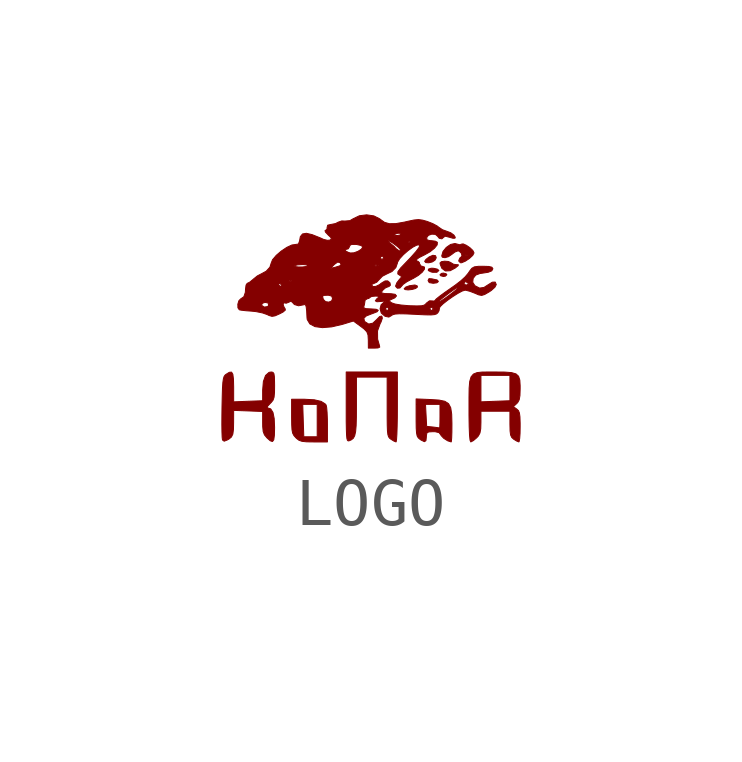
<source format=kicad_sym>
(kicad_symbol_lib
  (version 20220914)
  (generator "bitmap2component")
  (generator_version "8.0")
  (symbol "LOGO"
    (pin_names
      (offset 1.016))
    (property "Reference" "#G"
      (at 0 3.349 0)
      (effects (font (size 1.27 1.27)) hide))
    (symbol "LOGO_0_0"
      (polyline (pts (xy -2.08 -2.232) (xy -2.067 -2.137) (xy -2.063 -1.977) (xy -2.071 -1.79) (xy -2.097 -1.661) (xy -2.144 -1.588) (xy -2.213 -1.565) (xy -2.219 -1.564) (xy -2.209 -1.534) (xy -2.158 -1.478) (xy -2.134 -1.455) (xy -2.095 -1.406) (xy -2.074 -1.344) (xy -2.065 -1.25) (xy -2.063 -1.105) (xy -2.064 -1.034) (xy -2.067 -0.918) (xy -2.077 -0.853) (xy -2.098 -0.825) (xy -2.132 -0.818) (xy -2.179 -0.826) (xy -2.252 -0.891) (xy -2.297 -1.016) (xy -2.312 -1.197) (xy -2.312 -1.418) (xy -2.615 -1.429) (xy -2.917 -1.441) (xy -2.917 -1.129) (xy -2.917 -1.129) (xy -2.921 -0.965) (xy -2.934 -0.865) (xy -2.961 -0.821) (xy -3.008 -0.825) (xy -3.079 -0.869) (xy -3.095 -0.882) (xy -3.116 -0.911) (xy -3.131 -0.96) (xy -3.142 -1.037) (xy -3.15 -1.154) (xy -3.155 -1.321) (xy -3.16 -1.548) (xy -3.162 -1.724) (xy -3.163 -1.913) (xy -3.161 -2.068) (xy -3.157 -2.178) (xy -3.151 -2.229) (xy -3.146 -2.24) (xy -3.115 -2.262) (xy -3.051 -2.237) (xy -3.016 -2.218) (xy -2.964 -2.175) (xy -2.934 -2.114) (xy -2.921 -2.017) (xy -2.918 -1.868) (xy -2.917 -1.619) (xy -2.615 -1.63) (xy -2.312 -1.642) (xy -2.312 -1.872) (xy -2.311 -1.956) (xy -2.301 -2.06) (xy -2.274 -2.13) (xy -2.225 -2.189) (xy -2.224 -2.191) (xy -2.154 -2.253) (xy -2.107 -2.269) (xy -2.08 -2.232)) (stroke (width 0.01) (type default)) (fill (type outline)))
      (polyline (pts (xy -0.961 -1.912) (xy -0.962 -1.804) (xy -0.968 -1.663) (xy -0.977 -1.559) (xy -0.988 -1.508) (xy -1.003 -1.488) (xy -1.092 -1.431) (xy -1.235 -1.398) (xy -1.438 -1.387) (xy -1.708 -1.387) (xy -1.708 -1.494) (xy -1.476 -1.494) (xy -1.325 -1.494) (xy -1.174 -1.494) (xy -1.174 -1.832) (xy -1.174 -2.17) (xy -1.314 -2.17) (xy -1.454 -2.17) (xy -1.465 -1.832) (xy -1.476 -1.494) (xy -1.708 -1.494) (xy -1.708 -1.745) (xy -1.708 -1.751) (xy -1.706 -1.914) (xy -1.7 -2.023) (xy -1.686 -2.094) (xy -1.66 -2.144) (xy -1.62 -2.189) (xy -1.605 -2.204) (xy -1.554 -2.243) (xy -1.49 -2.265) (xy -1.394 -2.275) (xy -1.247 -2.277) (xy -0.961 -2.277) (xy -0.961 -1.912)) (stroke (width 0.01) (type default)) (fill (type outline)))
      (polyline (pts (xy 0.473 -2.274) (xy 0.481 -2.224) (xy 0.488 -2.115) (xy 0.493 -1.959) (xy 0.497 -1.766) (xy 0.498 -1.547) (xy 0.498 -0.818) (xy -0.036 -0.818) (xy -0.569 -0.818) (xy -0.569 -1.546) (xy -0.569 -1.623) (xy -0.569 -1.849) (xy -0.566 -2.016) (xy -0.562 -2.131) (xy -0.555 -2.204) (xy -0.544 -2.242) (xy -0.528 -2.256) (xy -0.507 -2.253) (xy -0.463 -2.234) (xy -0.421 -2.201) (xy -0.392 -2.147) (xy -0.373 -2.062) (xy -0.362 -1.937) (xy -0.357 -1.76) (xy -0.356 -1.523) (xy -0.356 -0.925) (xy -0.036 -0.925) (xy 0.285 -0.925) (xy 0.285 -1.545) (xy 0.285 -1.768) (xy 0.287 -1.932) (xy 0.291 -2.046) (xy 0.3 -2.122) (xy 0.314 -2.169) (xy 0.335 -2.199) (xy 0.364 -2.221) (xy 0.423 -2.258) (xy 0.47 -2.277) (xy 0.473 -2.274)) (stroke (width 0.01) (type default)) (fill (type outline)))
      (polyline (pts (xy 1.625 -2.262) (xy 1.631 -2.191) (xy 1.635 -2.073) (xy 1.636 -1.925) (xy 1.636 -1.887) (xy 1.631 -1.697) (xy 1.611 -1.564) (xy 1.566 -1.479) (xy 1.488 -1.429) (xy 1.367 -1.404) (xy 1.195 -1.393) (xy 0.889 -1.38) (xy 0.889 -1.494) (xy 1.085 -1.494) (xy 1.236 -1.494) (xy 1.387 -1.494) (xy 1.387 -1.743) (xy 1.387 -1.754) (xy 1.386 -1.873) (xy 1.383 -1.957) (xy 1.379 -1.986) (xy 1.375 -1.985) (xy 1.326 -1.977) (xy 1.239 -1.966) (xy 1.109 -1.953) (xy 1.097 -1.723) (xy 1.085 -1.494) (xy 0.889 -1.494) (xy 0.889 -1.773) (xy 0.889 -1.834) (xy 0.891 -1.988) (xy 0.898 -2.09) (xy 0.911 -2.153) (xy 0.934 -2.192) (xy 0.968 -2.221) (xy 0.992 -2.238) (xy 1.062 -2.272) (xy 1.094 -2.251) (xy 1.103 -2.17) (xy 1.103 -2.15) (xy 1.113 -2.091) (xy 1.152 -2.068) (xy 1.243 -2.063) (xy 1.287 -2.064) (xy 1.367 -2.083) (xy 1.403 -2.129) (xy 1.41 -2.143) (xy 1.466 -2.202) (xy 1.548 -2.254) (xy 1.62 -2.277) (xy 1.625 -2.262)) (stroke (width 0.01) (type default)) (fill (type outline)))
      (polyline (pts (xy 3.038 -2.269) (xy 3.049 -2.208) (xy 3.057 -2.099) (xy 3.059 -1.959) (xy 3.059 -1.886) (xy 3.055 -1.755) (xy 3.044 -1.673) (xy 3.023 -1.623) (xy 2.988 -1.591) (xy 2.917 -1.541) (xy 2.988 -1.476) (xy 3.008 -1.456) (xy 3.039 -1.399) (xy 3.055 -1.31) (xy 3.059 -1.171) (xy 3.059 -1.105) (xy 3.052 -0.987) (xy 3.026 -0.907) (xy 2.973 -0.858) (xy 2.88 -0.831) (xy 2.738 -0.82) (xy 2.535 -0.818) (xy 2.418 -0.818) (xy 2.27 -0.819) (xy 2.16 -0.831) (xy 2.084 -0.862) (xy 2.035 -0.921) (xy 2.007 -1.016) (xy 1.995 -1.156) (xy 1.992 -1.35) (xy 1.992 -1.441) (xy 2.241 -1.441) (xy 2.241 -1.165) (xy 2.241 -0.889) (xy 2.543 -0.889) (xy 2.846 -0.889) (xy 2.846 -1.153) (xy 2.846 -1.418) (xy 2.543 -1.429) (xy 2.241 -1.441) (xy 1.992 -1.441) (xy 1.992 -1.606) (xy 1.992 -1.718) (xy 1.996 -1.961) (xy 2.003 -2.136) (xy 2.014 -2.241) (xy 2.029 -2.277) (xy 2.033 -2.276) (xy 2.085 -2.248) (xy 2.154 -2.189) (xy 2.187 -2.153) (xy 2.221 -2.09) (xy 2.237 -2.003) (xy 2.241 -1.869) (xy 2.241 -1.636) (xy 2.543 -1.636) (xy 2.846 -1.636) (xy 2.846 -1.901) (xy 2.846 -1.911) (xy 2.849 -2.048) (xy 2.86 -2.132) (xy 2.884 -2.184) (xy 2.925 -2.221) (xy 2.985 -2.258) (xy 3.032 -2.277) (xy 3.038 -2.269)) (stroke (width 0.01) (type default)) (fill (type outline)))
      (polyline (pts (xy 0.094 -0.317) (xy 0.13 -0.299) (xy 0.122 -0.258) (xy 0.086 -0.134) (xy 0.084 0.039) (xy 0.14 0.192) (xy 0.157 0.222) (xy 0.185 0.305) (xy 0.173 0.348) (xy 0.129 0.34) (xy 0.063 0.272) (xy -0.014 0.2) (xy -0.1 0.182) (xy -0.177 0.23) (xy -0.189 0.246) (xy -0.201 0.303) (xy -0.15 0.351) (xy -0.034 0.396) (xy -0.021 0.4) (xy 0.075 0.438) (xy 0.1 0.469) (xy 0.056 0.49) (xy -0.057 0.498) (xy -0.063 0.498) (xy -0.16 0.503) (xy -0.201 0.52) (xy -0.2 0.554) (xy -0.19 0.583) (xy -0.178 0.661) (xy -0.172 0.684) (xy -0.124 0.712) (xy -0.1 0.715) (xy -0.071 0.738) (xy -0.071 0.739) (xy -0.039 0.757) (xy 0.036 0.765) (xy 0.083 0.764) (xy 0.115 0.753) (xy 0.09 0.725) (xy 0.069 0.709) (xy 0.038 0.666) (xy 0.072 0.647) (xy 0.169 0.654) (xy 0.236 0.663) (xy 0.26 0.66) (xy 0.222 0.641) (xy 0.159 0.585) (xy 0.137 0.499) (xy 0.138 0.498) (xy 0.249 0.498) (xy 0.25 0.507) (xy 0.285 0.534) (xy 0.293 0.533) (xy 0.32 0.498) (xy 1.174 0.498) (xy 1.175 0.507) (xy 1.21 0.534) (xy 1.218 0.533) (xy 1.245 0.498) (xy 1.244 0.49) (xy 1.21 0.463) (xy 1.201 0.464) (xy 1.174 0.498) (xy 0.32 0.498) (xy 0.319 0.49) (xy 0.31 0.482) (xy 0.559 0.482) (xy 0.597 0.489) (xy 0.617 0.49) (xy 0.755 0.494) (xy 0.881 0.488) (xy 0.903 0.485) (xy 0.902 0.48) (xy 0.842 0.476) (xy 0.729 0.475) (xy 0.67 0.475) (xy 0.586 0.478) (xy 0.559 0.482) (xy 0.31 0.482) (xy 0.285 0.463) (xy 0.276 0.464) (xy 0.249 0.498) (xy 0.138 0.498) (xy 0.162 0.412) (xy 0.233 0.349) (xy 0.248 0.342) (xy 0.32 0.327) (xy 0.374 0.358) (xy 0.398 0.375) (xy 0.45 0.39) (xy 0.537 0.396) (xy 0.67 0.394) (xy 0.862 0.385) (xy 0.912 0.382) (xy 1.083 0.374) (xy 1.199 0.372) (xy 1.273 0.379) (xy 1.317 0.394) (xy 1.343 0.418) (xy 1.367 0.459) (xy 1.376 0.514) (xy 1.39 0.544) (xy 1.451 0.603) (xy 1.543 0.676) (xy 1.651 0.752) (xy 1.759 0.821) (xy 1.85 0.87) (xy 1.909 0.888) (xy 1.927 0.887) (xy 2.013 0.864) (xy 2.117 0.824) (xy 2.193 0.791) (xy 2.256 0.779) (xy 2.318 0.798) (xy 2.41 0.851) (xy 2.457 0.882) (xy 2.532 0.949) (xy 2.561 1.005) (xy 2.561 1.006) (xy 2.539 1.058) (xy 2.478 1.055) (xy 2.383 0.996) (xy 2.306 0.946) (xy 2.213 0.932) (xy 2.119 0.98) (xy 2.116 0.981) (xy 2.07 1.053) (xy 2.079 1.134) (xy 2.133 1.203) (xy 2.224 1.237) (xy 2.259 1.241) (xy 2.393 1.262) (xy 2.467 1.292) (xy 2.49 1.335) (xy 2.49 1.338) (xy 2.469 1.368) (xy 2.404 1.383) (xy 2.281 1.387) (xy 2.188 1.386) (xy 2.104 1.375) (xy 2.051 1.345) (xy 2.008 1.29) (xy 1.977 1.243) (xy 1.911 1.165) (xy 1.825 1.086) (xy 1.755 1.032) (xy 1.885 1.032) (xy 1.886 1.04) (xy 1.919 1.067) (xy 1.929 1.066) (xy 1.974 1.032) (xy 1.978 1.013) (xy 1.941 0.996) (xy 1.914 1) (xy 1.885 1.032) (xy 1.755 1.032) (xy 1.704 0.993) (xy 1.536 0.875) (xy 1.487 0.841) (xy 1.381 0.763) (xy 1.308 0.704) (xy 1.281 0.673) (xy 1.268 0.661) (xy 1.212 0.665) (xy 1.167 0.666) (xy 1.142 0.647) (xy 1.353 0.647) (xy 1.375 0.672) (xy 1.437 0.722) (xy 1.547 0.806) (xy 1.589 0.837) (xy 1.698 0.915) (xy 1.759 0.951) (xy 1.779 0.949) (xy 1.779 0.949) (xy 1.751 0.92) (xy 1.682 0.862) (xy 1.585 0.787) (xy 1.584 0.786) (xy 1.483 0.713) (xy 1.404 0.66) (xy 1.364 0.64) (xy 1.361 0.64) (xy 1.353 0.647) (xy 1.142 0.647) (xy 1.102 0.617) (xy 1.093 0.604) (xy 1.06 0.577) (xy 1.002 0.563) (xy 0.905 0.56) (xy 0.753 0.564) (xy 0.733 0.565) (xy 0.573 0.579) (xy 0.448 0.6) (xy 0.377 0.625) (xy 0.336 0.657) (xy 0.34 0.681) (xy 0.405 0.71) (xy 0.444 0.728) (xy 0.48 0.769) (xy 0.452 0.802) (xy 0.363 0.815) (xy 0.352 0.815) (xy 0.234 0.818) (xy 0.177 0.829) (xy 0.169 0.853) (xy 0.201 0.895) (xy 0.249 0.936) (xy 0.308 0.961) (xy 0.32 0.962) (xy 0.353 0.992) (xy 0.344 1.042) (xy 0.297 1.082) (xy 0.241 1.081) (xy 0.161 1.033) (xy 0.127 1.005) (xy 0.051 0.968) (xy -0.01 0.963) (xy -0.036 0.996) (xy -0.03 1.012) (xy 0.017 1.032) (xy 0.068 1.055) (xy 0.126 1.117) (xy 0.185 1.179) (xy 0.278 1.227) (xy 0.385 1.277) (xy 0.466 1.359) (xy 0.498 1.45) (xy 0.502 1.472) (xy 0.546 1.544) (xy 0.624 1.629) (xy 0.721 1.714) (xy 0.82 1.785) (xy 0.905 1.829) (xy 0.96 1.833) (xy 0.965 1.827) (xy 0.952 1.783) (xy 0.89 1.699) (xy 0.778 1.572) (xy 0.614 1.401) (xy 0.565 1.35) (xy 0.51 1.275) (xy 0.507 1.227) (xy 0.552 1.196) (xy 0.574 1.186) (xy 0.58 1.157) (xy 0.534 1.104) (xy 0.486 1.041) (xy 0.462 0.978) (xy 0.464 0.964) (xy 0.498 0.929) (xy 0.551 0.934) (xy 0.592 0.979) (xy 0.619 1.01) (xy 0.696 1.064) (xy 0.802 1.12) (xy 0.826 1.131) (xy 0.935 1.196) (xy 1.017 1.264) (xy 1.062 1.326) (xy 1.064 1.37) (xy 1.014 1.387) (xy 0.989 1.394) (xy 0.961 1.441) (xy 0.957 1.465) (xy 0.925 1.494) (xy 0.895 1.499) (xy 0.894 1.524) (xy 0.948 1.566) (xy 1.051 1.618) (xy 1.06 1.622) (xy 1.178 1.688) (xy 1.272 1.763) (xy 1.328 1.833) (xy 1.333 1.887) (xy 1.288 1.911) (xy 1.205 1.921) (xy 1.175 1.922) (xy 1.117 1.938) (xy 1.109 1.983) (xy 1.145 2.032) (xy 1.216 2.057) (xy 1.291 2.052) (xy 1.338 2.012) (xy 1.371 1.971) (xy 1.426 1.959) (xy 1.465 1.994) (xy 1.498 2.014) (xy 1.58 1.993) (xy 1.581 1.993) (xy 1.658 1.971) (xy 1.7 1.973) (xy 1.706 1.992) (xy 1.677 2.038) (xy 1.611 2.086) (xy 1.526 2.118) (xy 1.439 2.149) (xy 1.359 2.203) (xy 1.329 2.227) (xy 1.236 2.277) (xy 1.121 2.322) (xy 1.026 2.349) (xy 0.939 2.361) (xy 0.844 2.352) (xy 0.711 2.324) (xy 0.648 2.309) (xy 0.466 2.277) (xy 0.331 2.275) (xy 0.229 2.304) (xy 0.145 2.364) (xy 0.131 2.376) (xy 0.008 2.438) (xy -0.143 2.46) (xy -0.294 2.441) (xy -0.42 2.381) (xy -0.491 2.339) (xy -0.598 2.33) (xy -0.661 2.333) (xy -0.736 2.307) (xy -0.792 2.278) (xy -0.884 2.26) (xy -0.888 2.26) (xy -0.956 2.244) (xy -0.968 2.196) (xy -0.97 2.163) (xy -1.003 2.133) (xy -1.011 2.131) (xy -1.002 2.1) (xy -0.949 2.044) (xy -0.947 2.041) (xy 0.427 2.041) (xy 0.441 2.053) (xy 0.498 2.074) (xy 0.541 2.078) (xy 0.569 2.06) (xy 0.556 2.041) (xy 0.498 2.028) (xy 0.457 2.03) (xy 0.427 2.041) (xy -0.947 2.041) (xy -0.894 1.992) (xy -0.877 1.956) (xy -0.907 1.934) (xy -0.959 1.928) (xy -1.043 1.948) (xy -1.109 1.979) (xy -1.28 2.047) (xy -1.401 2.075) (xy -1.481 2.061) (xy -1.526 2.005) (xy -1.544 1.907) (xy -1.546 1.905) (xy 0.305 1.905) (xy 0.307 1.921) (xy 0.326 1.916) (xy 0.338 1.909) (xy 0.723 1.909) (xy 0.729 1.913) (xy 0.771 1.909) (xy 0.776 1.899) (xy 0.747 1.885) (xy 0.728 1.888) (xy 0.723 1.909) (xy 0.338 1.909) (xy 0.394 1.877) (xy 0.48 1.814) (xy 0.526 1.776) (xy 0.569 1.726) (xy 0.558 1.708) (xy 0.531 1.712) (xy 0.473 1.754) (xy 0.43 1.802) (xy 0.357 1.861) (xy 0.351 1.865) (xy 0.305 1.905) (xy -1.546 1.905) (xy -1.566 1.851) (xy -1.631 1.841) (xy -1.702 1.831) (xy -1.809 1.781) (xy -1.883 1.731) (xy -0.594 1.731) (xy -0.559 1.743) (xy -0.527 1.751) (xy -0.498 1.799) (xy -0.495 1.819) (xy -0.458 1.843) (xy -0.367 1.843) (xy -0.348 1.841) (xy -0.265 1.822) (xy -0.225 1.796) (xy -0.224 1.787) (xy -0.254 1.743) (xy -0.323 1.699) (xy -0.407 1.668) (xy -0.48 1.664) (xy -0.521 1.675) (xy -0.577 1.704) (xy -0.594 1.731) (xy -1.883 1.731) (xy -1.924 1.704) (xy -2.029 1.614) (xy -2.07 1.565) (xy 0.142 1.565) (xy 0.143 1.574) (xy 0.178 1.601) (xy 0.186 1.6) (xy 0.213 1.565) (xy 0.212 1.557) (xy 0.178 1.53) (xy 0.169 1.531) (xy 0.142 1.565) (xy -2.07 1.565) (xy -2.105 1.525) (xy -2.135 1.45) (xy -2.152 1.396) (xy -1.649 1.396) (xy -1.641 1.402) (xy -1.581 1.417) (xy -1.486 1.423) (xy -1.448 1.422) (xy -1.381 1.413) (xy -1.366 1.397) (xy -1.409 1.381) (xy -1.485 1.372) (xy -1.567 1.372) (xy -1.63 1.38) (xy -1.649 1.396) (xy -2.152 1.396) (xy -2.161 1.368) (xy -2.185 1.342) (xy -0.9 1.342) (xy -0.82 1.421) (xy -0.813 1.428) (xy -0.747 1.475) (xy -0.701 1.463) (xy -0.685 1.443) (xy -0.678 1.409) (xy -0.707 1.396) (xy 0.015 1.396) (xy 0.029 1.412) (xy 0.049 1.417) (xy 0.097 1.409) (xy 0.097 1.397) (xy 0.05 1.39) (xy 0.015 1.396) (xy -0.707 1.396) (xy -0.719 1.391) (xy -0.797 1.367) (xy -0.9 1.342) (xy -2.185 1.342) (xy -2.237 1.285) (xy -2.34 1.229) (xy -2.34 1.229) (xy -2.423 1.186) (xy -2.507 1.118) (xy -2.514 1.111) (xy -2.539 1.091) (xy -1.767 1.091) (xy -1.762 1.095) (xy -1.72 1.091) (xy -1.714 1.08) (xy -1.743 1.067) (xy -1.762 1.07) (xy -1.767 1.091) (xy -2.539 1.091) (xy -2.583 1.055) (xy -2.631 1.032) (xy -2.634 1.031) (xy -2.648 1.01) (xy -1.98 1.01) (xy -1.959 1.032) (xy -1.948 1.03) (xy -1.921 0.996) (xy -1.921 0.988) (xy -1.937 0.961) (xy -1.942 0.962) (xy -1.974 0.996) (xy -1.98 1.01) (xy -2.648 1.01) (xy -2.658 0.995) (xy -2.669 0.916) (xy -2.673 0.843) (xy -2.702 0.758) (xy -1.063 0.758) (xy -1.04 0.779) (xy -0.961 0.783) (xy -0.933 0.782) (xy -0.871 0.764) (xy -0.854 0.712) (xy -0.874 0.664) (xy -0.932 0.639) (xy -1 0.649) (xy -1.046 0.697) (xy -1.048 0.704) (xy -1.063 0.758) (xy -2.702 0.758) (xy -2.704 0.752) (xy -2.771 0.706) (xy -2.808 0.668) (xy -2.83 0.595) (xy -2.829 0.579) (xy -2.334 0.579) (xy -2.316 0.615) (xy -2.263 0.634) (xy -2.207 0.623) (xy -2.194 0.612) (xy -2.189 0.567) (xy -2.212 0.546) (xy -2.277 0.536) (xy -2.33 0.57) (xy -2.334 0.579) (xy -2.829 0.579) (xy -2.828 0.521) (xy -2.799 0.479) (xy -2.759 0.471) (xy -2.664 0.46) (xy -2.543 0.451) (xy -2.449 0.441) (xy -2.316 0.414) (xy -2.218 0.38) (xy -2.18 0.361) (xy -2.117 0.342) (xy -2.053 0.353) (xy -1.956 0.396) (xy -1.887 0.432) (xy -1.838 0.474) (xy -1.846 0.508) (xy -1.861 0.526) (xy -1.883 0.58) (xy -1.879 0.621) (xy -1.848 0.622) (xy -1.822 0.616) (xy -1.762 0.639) (xy -1.72 0.66) (xy -1.681 0.623) (xy -1.65 0.589) (xy -1.563 0.563) (xy -1.459 0.583) (xy -1.44 0.589) (xy -1.418 0.582) (xy -1.404 0.542) (xy -1.394 0.456) (xy -1.387 0.312) (xy -1.382 0.276) (xy -1.328 0.185) (xy -1.22 0.128) (xy -1.066 0.107) (xy -0.872 0.123) (xy -0.645 0.176) (xy -0.419 0.245) (xy -0.264 0.131) (xy -0.198 0.081) (xy -0.139 0.02) (xy -0.114 -0.049) (xy -0.108 -0.151) (xy -0.107 -0.32) (xy 0.022 -0.32) (xy 0.094 -0.317)) (stroke (width 0.01) (type default)) (fill (type outline)))
      (polyline (pts (xy 0.805 0.903) (xy 0.879 0.924) (xy 0.916 0.953) (xy 0.913 0.977) (xy 0.866 0.996) (xy 0.85 0.995) (xy 0.75 0.981) (xy 0.672 0.953) (xy 0.64 0.918) (xy 0.659 0.901) (xy 0.723 0.894) (xy 0.805 0.903)) (stroke (width 0.01) (type default)) (fill (type outline)))
      (polyline (pts (xy 1.321 1.042) (xy 1.352 1.067) (xy 1.351 1.075) (xy 1.325 1.103) (xy 1.292 1.108) (xy 1.218 1.125) (xy 1.157 1.129) (xy 1.138 1.089) (xy 1.163 1.046) (xy 1.245 1.032) (xy 1.246 1.032) (xy 1.321 1.042)) (stroke (width 0.01) (type default)) (fill (type outline)))
      (polyline (pts (xy 1.5 1.181) (xy 1.53 1.21) (xy 1.516 1.23) (xy 1.458 1.245) (xy 1.417 1.238) (xy 1.387 1.21) (xy 1.401 1.189) (xy 1.458 1.174) (xy 1.5 1.181)) (stroke (width 0.01) (type default)) (fill (type outline)))
      (polyline (pts (xy 1.323 1.262) (xy 1.363 1.298) (xy 1.363 1.302) (xy 1.33 1.328) (xy 1.254 1.345) (xy 1.202 1.346) (xy 1.147 1.328) (xy 1.143 1.298) (xy 1.201 1.269) (xy 1.236 1.261) (xy 1.323 1.262)) (stroke (width 0.01) (type default)) (fill (type outline)))
      (polyline (pts (xy 1.599 1.294) (xy 1.708 1.352) (xy 1.711 1.355) (xy 1.767 1.401) (xy 1.769 1.419) (xy 1.718 1.422) (xy 1.668 1.43) (xy 1.619 1.459) (xy 1.614 1.464) (xy 1.561 1.487) (xy 1.485 1.493) (xy 1.417 1.483) (xy 1.387 1.456) (xy 1.394 1.422) (xy 1.424 1.349) (xy 1.431 1.339) (xy 1.501 1.289) (xy 1.599 1.294)) (stroke (width 0.01) (type default)) (fill (type outline)))
      (polyline (pts (xy 1.226 1.477) (xy 1.282 1.513) (xy 1.309 1.564) (xy 1.295 1.607) (xy 1.24 1.616) (xy 1.16 1.582) (xy 1.159 1.581) (xy 1.094 1.53) (xy 1.067 1.49) (xy 1.091 1.464) (xy 1.153 1.46) (xy 1.226 1.477)) (stroke (width 0.01) (type default)) (fill (type outline)))
      (polyline (pts (xy 1.839 1.461) (xy 1.917 1.494) (xy 2.002 1.551) (xy 2.07 1.614) (xy 2.097 1.666) (xy 2.073 1.715) (xy 2.013 1.773) (xy 1.938 1.824) (xy 1.87 1.854) (xy 1.831 1.848) (xy 1.808 1.834) (xy 1.741 1.851) (xy 1.699 1.862) (xy 1.608 1.842) (xy 1.519 1.781) (xy 1.45 1.696) (xy 1.423 1.603) (xy 1.436 1.576) (xy 1.491 1.566) (xy 1.565 1.588) (xy 1.636 1.637) (xy 1.698 1.684) (xy 1.762 1.708) (xy 1.789 1.701) (xy 1.831 1.661) (xy 1.843 1.619) (xy 1.921 1.619) (xy 1.939 1.637) (xy 1.956 1.619) (xy 1.939 1.601) (xy 1.921 1.619) (xy 1.843 1.619) (xy 1.846 1.609) (xy 1.821 1.573) (xy 1.804 1.563) (xy 1.779 1.509) (xy 1.783 1.487) (xy 1.819 1.459) (xy 1.839 1.461)) (stroke (width 0.01) (type default)) (fill (type outline))))))
</source>
